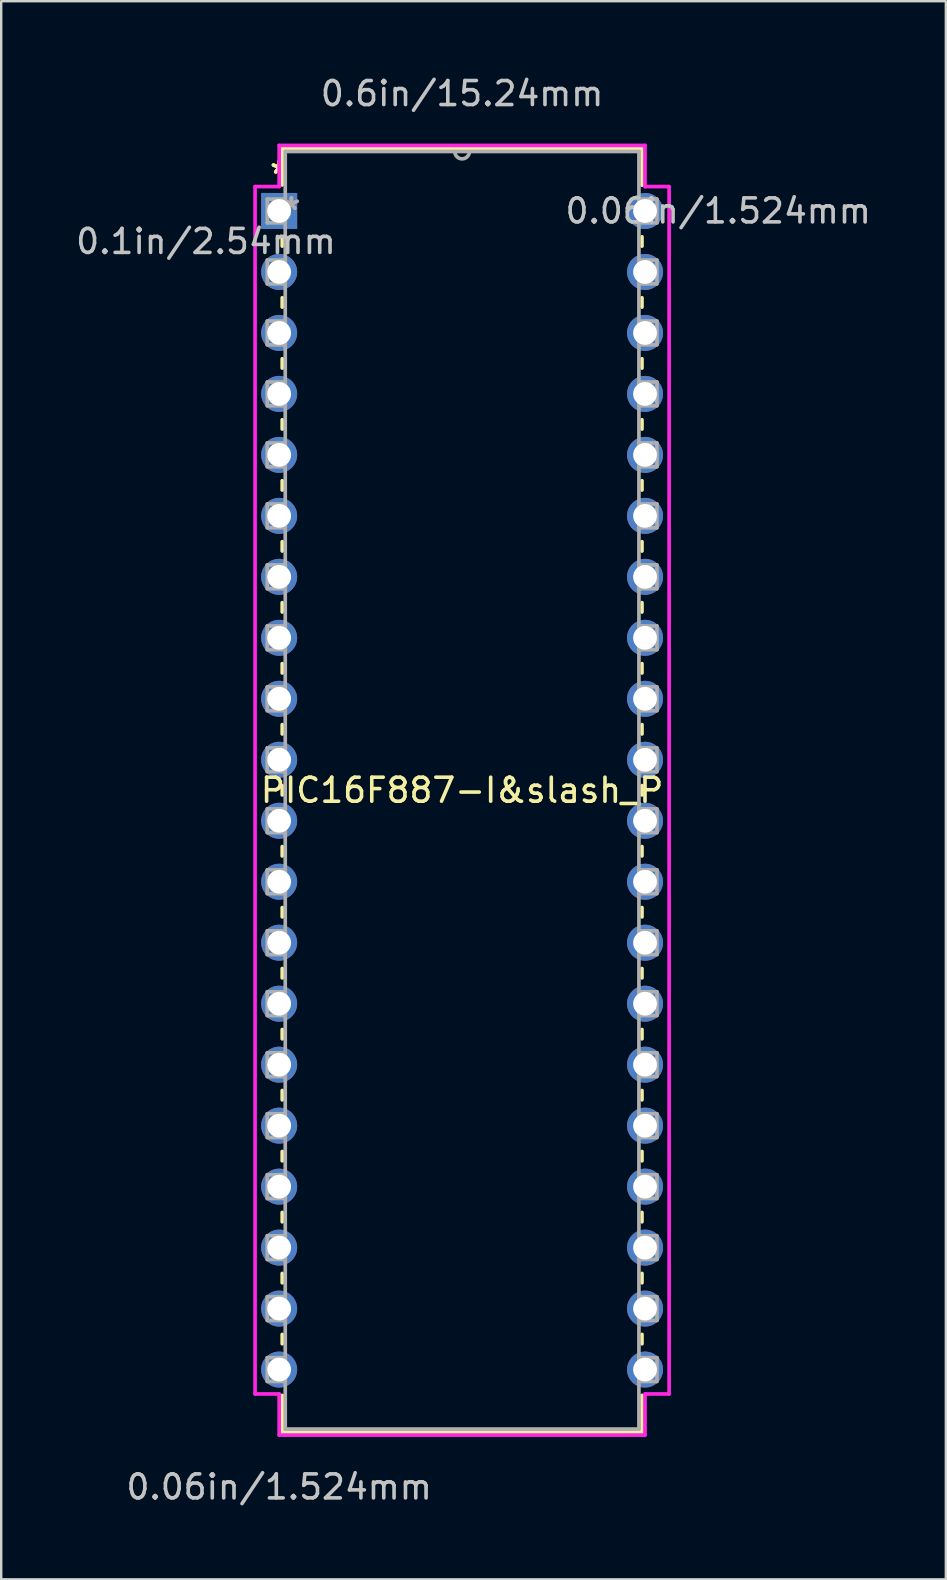
<source format=kicad_pcb>
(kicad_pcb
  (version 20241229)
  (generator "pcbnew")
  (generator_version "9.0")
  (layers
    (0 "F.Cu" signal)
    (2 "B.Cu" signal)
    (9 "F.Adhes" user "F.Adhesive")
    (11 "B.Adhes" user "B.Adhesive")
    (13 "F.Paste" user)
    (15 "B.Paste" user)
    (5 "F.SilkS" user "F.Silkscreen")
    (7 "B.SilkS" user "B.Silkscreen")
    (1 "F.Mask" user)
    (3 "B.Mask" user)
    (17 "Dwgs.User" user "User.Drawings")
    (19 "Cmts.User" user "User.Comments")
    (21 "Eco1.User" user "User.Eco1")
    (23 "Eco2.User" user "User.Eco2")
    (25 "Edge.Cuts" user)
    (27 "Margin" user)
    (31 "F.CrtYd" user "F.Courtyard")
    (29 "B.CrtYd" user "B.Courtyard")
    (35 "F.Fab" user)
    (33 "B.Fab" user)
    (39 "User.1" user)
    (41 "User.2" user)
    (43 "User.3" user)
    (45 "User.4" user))
  (footprint "PIC16F887-I&slash_P"
    (layer "F.Cu")
    (at 8.578 5.738)
    (property "Reference" "PIC16F887-I&slash_P" (at 7.62 24.13 0) (layer "F.SilkS") (effects (font (size 1 1) (thickness 0.15))))
    (attr through_hole)
    (fp_line (start 0.127 -2.603) (end 0.127 -1.082) (stroke (width 0.152) (type solid)) (layer "F.SilkS"))
    (fp_line (start 0.127 1.082) (end 0.127 1.465) (stroke (width 0.152) (type solid)) (layer "F.SilkS"))
    (fp_line (start 0.127 3.615) (end 0.127 4.005) (stroke (width 0.152) (type solid)) (layer "F.SilkS"))
    (fp_line (start 0.127 6.155) (end 0.127 6.545) (stroke (width 0.152) (type solid)) (layer "F.SilkS"))
    (fp_line (start 0.127 8.695) (end 0.127 9.085) (stroke (width 0.152) (type solid)) (layer "F.SilkS"))
    (fp_line (start 0.127 11.235) (end 0.127 11.625) (stroke (width 0.152) (type solid)) (layer "F.SilkS"))
    (fp_line (start 0.127 13.775) (end 0.127 14.165) (stroke (width 0.152) (type solid)) (layer "F.SilkS"))
    (fp_line (start 0.127 16.315) (end 0.127 16.705) (stroke (width 0.152) (type solid)) (layer "F.SilkS"))
    (fp_line (start 0.127 18.855) (end 0.127 19.245) (stroke (width 0.152) (type solid)) (layer "F.SilkS"))
    (fp_line (start 0.127 21.395) (end 0.127 21.785) (stroke (width 0.152) (type solid)) (layer "F.SilkS"))
    (fp_line (start 0.127 23.935) (end 0.127 24.325) (stroke (width 0.152) (type solid)) (layer "F.SilkS"))
    (fp_line (start 0.127 26.475) (end 0.127 26.865) (stroke (width 0.152) (type solid)) (layer "F.SilkS"))
    (fp_line (start 0.127 29.015) (end 0.127 29.405) (stroke (width 0.152) (type solid)) (layer "F.SilkS"))
    (fp_line (start 0.127 31.555) (end 0.127 31.945) (stroke (width 0.152) (type solid)) (layer "F.SilkS"))
    (fp_line (start 0.127 34.095) (end 0.127 34.485) (stroke (width 0.152) (type solid)) (layer "F.SilkS"))
    (fp_line (start 0.127 36.635) (end 0.127 37.025) (stroke (width 0.152) (type solid)) (layer "F.SilkS"))
    (fp_line (start 0.127 39.175) (end 0.127 39.565) (stroke (width 0.152) (type solid)) (layer "F.SilkS"))
    (fp_line (start 0.127 41.715) (end 0.127 42.105) (stroke (width 0.152) (type solid)) (layer "F.SilkS"))
    (fp_line (start 0.127 44.255) (end 0.127 44.645) (stroke (width 0.152) (type solid)) (layer "F.SilkS"))
    (fp_line (start 0.127 46.795) (end 0.127 47.185) (stroke (width 0.152) (type solid)) (layer "F.SilkS"))
    (fp_line (start 0.127 49.335) (end 0.127 50.864) (stroke (width 0.152) (type solid)) (layer "F.SilkS"))
    (fp_line (start 0.127 50.864) (end 15.113 50.864) (stroke (width 0.152) (type solid)) (layer "F.SilkS"))
    (fp_line (start 15.113 -2.603) (end 0.127 -2.603) (stroke (width 0.152) (type solid)) (layer "F.SilkS"))
    (fp_line (start 15.113 -1.075) (end 15.113 -2.603) (stroke (width 0.152) (type solid)) (layer "F.SilkS"))
    (fp_line (start 15.113 1.465) (end 15.113 1.075) (stroke (width 0.152) (type solid)) (layer "F.SilkS"))
    (fp_line (start 15.113 4.005) (end 15.113 3.615) (stroke (width 0.152) (type solid)) (layer "F.SilkS"))
    (fp_line (start 15.113 6.545) (end 15.113 6.155) (stroke (width 0.152) (type solid)) (layer "F.SilkS"))
    (fp_line (start 15.113 9.085) (end 15.113 8.695) (stroke (width 0.152) (type solid)) (layer "F.SilkS"))
    (fp_line (start 15.113 11.625) (end 15.113 11.235) (stroke (width 0.152) (type solid)) (layer "F.SilkS"))
    (fp_line (start 15.113 14.165) (end 15.113 13.775) (stroke (width 0.152) (type solid)) (layer "F.SilkS"))
    (fp_line (start 15.113 16.705) (end 15.113 16.315) (stroke (width 0.152) (type solid)) (layer "F.SilkS"))
    (fp_line (start 15.113 19.245) (end 15.113 18.855) (stroke (width 0.152) (type solid)) (layer "F.SilkS"))
    (fp_line (start 15.113 21.785) (end 15.113 21.395) (stroke (width 0.152) (type solid)) (layer "F.SilkS"))
    (fp_line (start 15.113 24.325) (end 15.113 23.935) (stroke (width 0.152) (type solid)) (layer "F.SilkS"))
    (fp_line (start 15.113 26.865) (end 15.113 26.475) (stroke (width 0.152) (type solid)) (layer "F.SilkS"))
    (fp_line (start 15.113 29.405) (end 15.113 29.015) (stroke (width 0.152) (type solid)) (layer "F.SilkS"))
    (fp_line (start 15.113 31.945) (end 15.113 31.555) (stroke (width 0.152) (type solid)) (layer "F.SilkS"))
    (fp_line (start 15.113 34.485) (end 15.113 34.095) (stroke (width 0.152) (type solid)) (layer "F.SilkS"))
    (fp_line (start 15.113 37.025) (end 15.113 36.635) (stroke (width 0.152) (type solid)) (layer "F.SilkS"))
    (fp_line (start 15.113 39.565) (end 15.113 39.175) (stroke (width 0.152) (type solid)) (layer "F.SilkS"))
    (fp_line (start 15.113 42.105) (end 15.113 41.715) (stroke (width 0.152) (type solid)) (layer "F.SilkS"))
    (fp_line (start 15.113 44.645) (end 15.113 44.255) (stroke (width 0.152) (type solid)) (layer "F.SilkS"))
    (fp_line (start 15.113 47.185) (end 15.113 46.795) (stroke (width 0.152) (type solid)) (layer "F.SilkS"))
    (fp_line (start 15.113 50.864) (end 15.113 49.335) (stroke (width 0.152) (type solid)) (layer "F.SilkS"))
    (fp_line (start -1.003 -1.016) (end -1.003 49.276) (stroke (width 0.152) (type solid)) (layer "F.CrtYd"))
    (fp_line (start -1.003 49.276) (end 0 49.276) (stroke (width 0.152) (type solid)) (layer "F.CrtYd"))
    (fp_line (start 0 -2.731) (end 0 -1.016) (stroke (width 0.152) (type solid)) (layer "F.CrtYd"))
    (fp_line (start 0 -1.016) (end -1.003 -1.016) (stroke (width 0.152) (type solid)) (layer "F.CrtYd"))
    (fp_line (start 0 49.276) (end 0 50.99) (stroke (width 0.152) (type solid)) (layer "F.CrtYd"))
    (fp_line (start 0 50.99) (end 15.24 50.99) (stroke (width 0.152) (type solid)) (layer "F.CrtYd"))
    (fp_line (start 15.24 -2.731) (end 0 -2.731) (stroke (width 0.152) (type solid)) (layer "F.CrtYd"))
    (fp_line (start 15.24 -1.016) (end 15.24 -2.731) (stroke (width 0.152) (type solid)) (layer "F.CrtYd"))
    (fp_line (start 15.24 49.276) (end 16.243 49.276) (stroke (width 0.152) (type solid)) (layer "F.CrtYd"))
    (fp_line (start 15.24 50.99) (end 15.24 49.276) (stroke (width 0.152) (type solid)) (layer "F.CrtYd"))
    (fp_line (start 16.243 -1.016) (end 15.24 -1.016) (stroke (width 0.152) (type solid)) (layer "F.CrtYd"))
    (fp_line (start 16.243 49.276) (end 16.243 -1.016) (stroke (width 0.152) (type solid)) (layer "F.CrtYd"))
    (fp_line (start -0.495 -0.495) (end -0.495 0.495) (stroke (width 0.152) (type solid)) (layer "F.Fab"))
    (fp_line (start -0.495 0.495) (end 0.254 0.495) (stroke (width 0.152) (type solid)) (layer "F.Fab"))
    (fp_line (start -0.495 2.045) (end -0.495 3.035) (stroke (width 0.152) (type solid)) (layer "F.Fab"))
    (fp_line (start -0.495 3.035) (end 0.254 3.035) (stroke (width 0.152) (type solid)) (layer "F.Fab"))
    (fp_line (start -0.495 4.585) (end -0.495 5.575) (stroke (width 0.152) (type solid)) (layer "F.Fab"))
    (fp_line (start -0.495 5.575) (end 0.254 5.575) (stroke (width 0.152) (type solid)) (layer "F.Fab"))
    (fp_line (start -0.495 7.125) (end -0.495 8.115) (stroke (width 0.152) (type solid)) (layer "F.Fab"))
    (fp_line (start -0.495 8.115) (end 0.254 8.115) (stroke (width 0.152) (type solid)) (layer "F.Fab"))
    (fp_line (start -0.495 9.665) (end -0.495 10.655) (stroke (width 0.152) (type solid)) (layer "F.Fab"))
    (fp_line (start -0.495 10.655) (end 0.254 10.655) (stroke (width 0.152) (type solid)) (layer "F.Fab"))
    (fp_line (start -0.495 12.205) (end -0.495 13.195) (stroke (width 0.152) (type solid)) (layer "F.Fab"))
    (fp_line (start -0.495 13.195) (end 0.254 13.195) (stroke (width 0.152) (type solid)) (layer "F.Fab"))
    (fp_line (start -0.495 14.745) (end -0.495 15.735) (stroke (width 0.152) (type solid)) (layer "F.Fab"))
    (fp_line (start -0.495 15.735) (end 0.254 15.735) (stroke (width 0.152) (type solid)) (layer "F.Fab"))
    (fp_line (start -0.495 17.285) (end -0.495 18.275) (stroke (width 0.152) (type solid)) (layer "F.Fab"))
    (fp_line (start -0.495 18.275) (end 0.254 18.275) (stroke (width 0.152) (type solid)) (layer "F.Fab"))
    (fp_line (start -0.495 19.825) (end -0.495 20.815) (stroke (width 0.152) (type solid)) (layer "F.Fab"))
    (fp_line (start -0.495 20.815) (end 0.254 20.815) (stroke (width 0.152) (type solid)) (layer "F.Fab"))
    (fp_line (start -0.495 22.365) (end -0.495 23.355) (stroke (width 0.152) (type solid)) (layer "F.Fab"))
    (fp_line (start -0.495 23.355) (end 0.254 23.355) (stroke (width 0.152) (type solid)) (layer "F.Fab"))
    (fp_line (start -0.495 24.905) (end -0.495 25.895) (stroke (width 0.152) (type solid)) (layer "F.Fab"))
    (fp_line (start -0.495 25.895) (end 0.254 25.895) (stroke (width 0.152) (type solid)) (layer "F.Fab"))
    (fp_line (start -0.495 27.445) (end -0.495 28.435) (stroke (width 0.152) (type solid)) (layer "F.Fab"))
    (fp_line (start -0.495 28.435) (end 0.254 28.435) (stroke (width 0.152) (type solid)) (layer "F.Fab"))
    (fp_line (start -0.495 29.985) (end -0.495 30.975) (stroke (width 0.152) (type solid)) (layer "F.Fab"))
    (fp_line (start -0.495 30.975) (end 0.254 30.975) (stroke (width 0.152) (type solid)) (layer "F.Fab"))
    (fp_line (start -0.495 32.525) (end -0.495 33.515) (stroke (width 0.152) (type solid)) (layer "F.Fab"))
    (fp_line (start -0.495 33.515) (end 0.254 33.515) (stroke (width 0.152) (type solid)) (layer "F.Fab"))
    (fp_line (start -0.495 35.065) (end -0.495 36.055) (stroke (width 0.152) (type solid)) (layer "F.Fab"))
    (fp_line (start -0.495 36.055) (end 0.254 36.055) (stroke (width 0.152) (type solid)) (layer "F.Fab"))
    (fp_line (start -0.495 37.605) (end -0.495 38.595) (stroke (width 0.152) (type solid)) (layer "F.Fab"))
    (fp_line (start -0.495 38.595) (end 0.254 38.595) (stroke (width 0.152) (type solid)) (layer "F.Fab"))
    (fp_line (start -0.495 40.145) (end -0.495 41.135) (stroke (width 0.152) (type solid)) (layer "F.Fab"))
    (fp_line (start -0.495 41.135) (end 0.254 41.135) (stroke (width 0.152) (type solid)) (layer "F.Fab"))
    (fp_line (start -0.495 42.685) (end -0.495 43.675) (stroke (width 0.152) (type solid)) (layer "F.Fab"))
    (fp_line (start -0.495 43.675) (end 0.254 43.675) (stroke (width 0.152) (type solid)) (layer "F.Fab"))
    (fp_line (start -0.495 45.225) (end -0.495 46.215) (stroke (width 0.152) (type solid)) (layer "F.Fab"))
    (fp_line (start -0.495 46.215) (end 0.254 46.215) (stroke (width 0.152) (type solid)) (layer "F.Fab"))
    (fp_line (start -0.495 47.765) (end -0.495 48.755) (stroke (width 0.152) (type solid)) (layer "F.Fab"))
    (fp_line (start -0.495 48.755) (end 0.254 48.755) (stroke (width 0.152) (type solid)) (layer "F.Fab"))
    (fp_line (start 0.254 -2.477) (end 0.254 50.736) (stroke (width 0.152) (type solid)) (layer "F.Fab"))
    (fp_line (start 0.254 -0.495) (end -0.495 -0.495) (stroke (width 0.152) (type solid)) (layer "F.Fab"))
    (fp_line (start 0.254 0.495) (end 0.254 -0.495) (stroke (width 0.152) (type solid)) (layer "F.Fab"))
    (fp_line (start 0.254 2.045) (end -0.495 2.045) (stroke (width 0.152) (type solid)) (layer "F.Fab"))
    (fp_line (start 0.254 3.035) (end 0.254 2.045) (stroke (width 0.152) (type solid)) (layer "F.Fab"))
    (fp_line (start 0.254 4.585) (end -0.495 4.585) (stroke (width 0.152) (type solid)) (layer "F.Fab"))
    (fp_line (start 0.254 5.575) (end 0.254 4.585) (stroke (width 0.152) (type solid)) (layer "F.Fab"))
    (fp_line (start 0.254 7.125) (end -0.495 7.125) (stroke (width 0.152) (type solid)) (layer "F.Fab"))
    (fp_line (start 0.254 8.115) (end 0.254 7.125) (stroke (width 0.152) (type solid)) (layer "F.Fab"))
    (fp_line (start 0.254 9.665) (end -0.495 9.665) (stroke (width 0.152) (type solid)) (layer "F.Fab"))
    (fp_line (start 0.254 10.655) (end 0.254 9.665) (stroke (width 0.152) (type solid)) (layer "F.Fab"))
    (fp_line (start 0.254 12.205) (end -0.495 12.205) (stroke (width 0.152) (type solid)) (layer "F.Fab"))
    (fp_line (start 0.254 13.195) (end 0.254 12.205) (stroke (width 0.152) (type solid)) (layer "F.Fab"))
    (fp_line (start 0.254 14.745) (end -0.495 14.745) (stroke (width 0.152) (type solid)) (layer "F.Fab"))
    (fp_line (start 0.254 15.735) (end 0.254 14.745) (stroke (width 0.152) (type solid)) (layer "F.Fab"))
    (fp_line (start 0.254 17.285) (end -0.495 17.285) (stroke (width 0.152) (type solid)) (layer "F.Fab"))
    (fp_line (start 0.254 18.275) (end 0.254 17.285) (stroke (width 0.152) (type solid)) (layer "F.Fab"))
    (fp_line (start 0.254 19.825) (end -0.495 19.825) (stroke (width 0.152) (type solid)) (layer "F.Fab"))
    (fp_line (start 0.254 20.815) (end 0.254 19.825) (stroke (width 0.152) (type solid)) (layer "F.Fab"))
    (fp_line (start 0.254 22.365) (end -0.495 22.365) (stroke (width 0.152) (type solid)) (layer "F.Fab"))
    (fp_line (start 0.254 23.355) (end 0.254 22.365) (stroke (width 0.152) (type solid)) (layer "F.Fab"))
    (fp_line (start 0.254 24.905) (end -0.495 24.905) (stroke (width 0.152) (type solid)) (layer "F.Fab"))
    (fp_line (start 0.254 25.895) (end 0.254 24.905) (stroke (width 0.152) (type solid)) (layer "F.Fab"))
    (fp_line (start 0.254 27.445) (end -0.495 27.445) (stroke (width 0.152) (type solid)) (layer "F.Fab"))
    (fp_line (start 0.254 28.435) (end 0.254 27.445) (stroke (width 0.152) (type solid)) (layer "F.Fab"))
    (fp_line (start 0.254 29.985) (end -0.495 29.985) (stroke (width 0.152) (type solid)) (layer "F.Fab"))
    (fp_line (start 0.254 30.975) (end 0.254 29.985) (stroke (width 0.152) (type solid)) (layer "F.Fab"))
    (fp_line (start 0.254 32.525) (end -0.495 32.525) (stroke (width 0.152) (type solid)) (layer "F.Fab"))
    (fp_line (start 0.254 33.515) (end 0.254 32.525) (stroke (width 0.152) (type solid)) (layer "F.Fab"))
    (fp_line (start 0.254 35.065) (end -0.495 35.065) (stroke (width 0.152) (type solid)) (layer "F.Fab"))
    (fp_line (start 0.254 36.055) (end 0.254 35.065) (stroke (width 0.152) (type solid)) (layer "F.Fab"))
    (fp_line (start 0.254 37.605) (end -0.495 37.605) (stroke (width 0.152) (type solid)) (layer "F.Fab"))
    (fp_line (start 0.254 38.595) (end 0.254 37.605) (stroke (width 0.152) (type solid)) (layer "F.Fab"))
    (fp_line (start 0.254 40.145) (end -0.495 40.145) (stroke (width 0.152) (type solid)) (layer "F.Fab"))
    (fp_line (start 0.254 41.135) (end 0.254 40.145) (stroke (width 0.152) (type solid)) (layer "F.Fab"))
    (fp_line (start 0.254 42.685) (end -0.495 42.685) (stroke (width 0.152) (type solid)) (layer "F.Fab"))
    (fp_line (start 0.254 43.675) (end 0.254 42.685) (stroke (width 0.152) (type solid)) (layer "F.Fab"))
    (fp_line (start 0.254 45.225) (end -0.495 45.225) (stroke (width 0.152) (type solid)) (layer "F.Fab"))
    (fp_line (start 0.254 46.215) (end 0.254 45.225) (stroke (width 0.152) (type solid)) (layer "F.Fab"))
    (fp_line (start 0.254 47.765) (end -0.495 47.765) (stroke (width 0.152) (type solid)) (layer "F.Fab"))
    (fp_line (start 0.254 48.755) (end 0.254 47.765) (stroke (width 0.152) (type solid)) (layer "F.Fab"))
    (fp_line (start 0.254 50.736) (end 14.986 50.736) (stroke (width 0.152) (type solid)) (layer "F.Fab"))
    (fp_line (start 14.986 -2.477) (end 0.254 -2.477) (stroke (width 0.152) (type solid)) (layer "F.Fab"))
    (fp_line (start 14.986 -0.495) (end 14.986 0.495) (stroke (width 0.152) (type solid)) (layer "F.Fab"))
    (fp_line (start 14.986 0.495) (end 15.735 0.495) (stroke (width 0.152) (type solid)) (layer "F.Fab"))
    (fp_line (start 14.986 2.045) (end 14.986 3.035) (stroke (width 0.152) (type solid)) (layer "F.Fab"))
    (fp_line (start 14.986 3.035) (end 15.735 3.035) (stroke (width 0.152) (type solid)) (layer "F.Fab"))
    (fp_line (start 14.986 4.585) (end 14.986 5.575) (stroke (width 0.152) (type solid)) (layer "F.Fab"))
    (fp_line (start 14.986 5.575) (end 15.735 5.575) (stroke (width 0.152) (type solid)) (layer "F.Fab"))
    (fp_line (start 14.986 7.125) (end 14.986 8.115) (stroke (width 0.152) (type solid)) (layer "F.Fab"))
    (fp_line (start 14.986 8.115) (end 15.735 8.115) (stroke (width 0.152) (type solid)) (layer "F.Fab"))
    (fp_line (start 14.986 9.665) (end 14.986 10.655) (stroke (width 0.152) (type solid)) (layer "F.Fab"))
    (fp_line (start 14.986 10.655) (end 15.735 10.655) (stroke (width 0.152) (type solid)) (layer "F.Fab"))
    (fp_line (start 14.986 12.205) (end 14.986 13.195) (stroke (width 0.152) (type solid)) (layer "F.Fab"))
    (fp_line (start 14.986 13.195) (end 15.735 13.195) (stroke (width 0.152) (type solid)) (layer "F.Fab"))
    (fp_line (start 14.986 14.745) (end 14.986 15.735) (stroke (width 0.152) (type solid)) (layer "F.Fab"))
    (fp_line (start 14.986 15.735) (end 15.735 15.735) (stroke (width 0.152) (type solid)) (layer "F.Fab"))
    (fp_line (start 14.986 17.285) (end 14.986 18.275) (stroke (width 0.152) (type solid)) (layer "F.Fab"))
    (fp_line (start 14.986 18.275) (end 15.735 18.275) (stroke (width 0.152) (type solid)) (layer "F.Fab"))
    (fp_line (start 14.986 19.825) (end 14.986 20.815) (stroke (width 0.152) (type solid)) (layer "F.Fab"))
    (fp_line (start 14.986 20.815) (end 15.735 20.815) (stroke (width 0.152) (type solid)) (layer "F.Fab"))
    (fp_line (start 14.986 22.365) (end 14.986 23.355) (stroke (width 0.152) (type solid)) (layer "F.Fab"))
    (fp_line (start 14.986 23.355) (end 15.735 23.355) (stroke (width 0.152) (type solid)) (layer "F.Fab"))
    (fp_line (start 14.986 24.905) (end 14.986 25.895) (stroke (width 0.152) (type solid)) (layer "F.Fab"))
    (fp_line (start 14.986 25.895) (end 15.735 25.895) (stroke (width 0.152) (type solid)) (layer "F.Fab"))
    (fp_line (start 14.986 27.445) (end 14.986 28.435) (stroke (width 0.152) (type solid)) (layer "F.Fab"))
    (fp_line (start 14.986 28.435) (end 15.735 28.435) (stroke (width 0.152) (type solid)) (layer "F.Fab"))
    (fp_line (start 14.986 29.985) (end 14.986 30.975) (stroke (width 0.152) (type solid)) (layer "F.Fab"))
    (fp_line (start 14.986 30.975) (end 15.735 30.975) (stroke (width 0.152) (type solid)) (layer "F.Fab"))
    (fp_line (start 14.986 32.525) (end 14.986 33.515) (stroke (width 0.152) (type solid)) (layer "F.Fab"))
    (fp_line (start 14.986 33.515) (end 15.735 33.515) (stroke (width 0.152) (type solid)) (layer "F.Fab"))
    (fp_line (start 14.986 35.065) (end 14.986 36.055) (stroke (width 0.152) (type solid)) (layer "F.Fab"))
    (fp_line (start 14.986 36.055) (end 15.735 36.055) (stroke (width 0.152) (type solid)) (layer "F.Fab"))
    (fp_line (start 14.986 37.605) (end 14.986 38.595) (stroke (width 0.152) (type solid)) (layer "F.Fab"))
    (fp_line (start 14.986 38.595) (end 15.735 38.595) (stroke (width 0.152) (type solid)) (layer "F.Fab"))
    (fp_line (start 14.986 40.145) (end 14.986 41.135) (stroke (width 0.152) (type solid)) (layer "F.Fab"))
    (fp_line (start 14.986 41.135) (end 15.735 41.135) (stroke (width 0.152) (type solid)) (layer "F.Fab"))
    (fp_line (start 14.986 42.685) (end 14.986 43.675) (stroke (width 0.152) (type solid)) (layer "F.Fab"))
    (fp_line (start 14.986 43.675) (end 15.735 43.675) (stroke (width 0.152) (type solid)) (layer "F.Fab"))
    (fp_line (start 14.986 45.225) (end 14.986 46.215) (stroke (width 0.152) (type solid)) (layer "F.Fab"))
    (fp_line (start 14.986 46.215) (end 15.735 46.215) (stroke (width 0.152) (type solid)) (layer "F.Fab"))
    (fp_line (start 14.986 47.765) (end 14.986 48.755) (stroke (width 0.152) (type solid)) (layer "F.Fab"))
    (fp_line (start 14.986 48.755) (end 15.735 48.755) (stroke (width 0.152) (type solid)) (layer "F.Fab"))
    (fp_line (start 14.986 50.736) (end 14.986 -2.477) (stroke (width 0.152) (type solid)) (layer "F.Fab"))
    (fp_line (start 15.735 -0.495) (end 14.986 -0.495) (stroke (width 0.152) (type solid)) (layer "F.Fab"))
    (fp_line (start 15.735 0.495) (end 15.735 -0.495) (stroke (width 0.152) (type solid)) (layer "F.Fab"))
    (fp_line (start 15.735 2.045) (end 14.986 2.045) (stroke (width 0.152) (type solid)) (layer "F.Fab"))
    (fp_line (start 15.735 3.035) (end 15.735 2.045) (stroke (width 0.152) (type solid)) (layer "F.Fab"))
    (fp_line (start 15.735 4.585) (end 14.986 4.585) (stroke (width 0.152) (type solid)) (layer "F.Fab"))
    (fp_line (start 15.735 5.575) (end 15.735 4.585) (stroke (width 0.152) (type solid)) (layer "F.Fab"))
    (fp_line (start 15.735 7.125) (end 14.986 7.125) (stroke (width 0.152) (type solid)) (layer "F.Fab"))
    (fp_line (start 15.735 8.115) (end 15.735 7.125) (stroke (width 0.152) (type solid)) (layer "F.Fab"))
    (fp_line (start 15.735 9.665) (end 14.986 9.665) (stroke (width 0.152) (type solid)) (layer "F.Fab"))
    (fp_line (start 15.735 10.655) (end 15.735 9.665) (stroke (width 0.152) (type solid)) (layer "F.Fab"))
    (fp_line (start 15.735 12.205) (end 14.986 12.205) (stroke (width 0.152) (type solid)) (layer "F.Fab"))
    (fp_line (start 15.735 13.195) (end 15.735 12.205) (stroke (width 0.152) (type solid)) (layer "F.Fab"))
    (fp_line (start 15.735 14.745) (end 14.986 14.745) (stroke (width 0.152) (type solid)) (layer "F.Fab"))
    (fp_line (start 15.735 15.735) (end 15.735 14.745) (stroke (width 0.152) (type solid)) (layer "F.Fab"))
    (fp_line (start 15.735 17.285) (end 14.986 17.285) (stroke (width 0.152) (type solid)) (layer "F.Fab"))
    (fp_line (start 15.735 18.275) (end 15.735 17.285) (stroke (width 0.152) (type solid)) (layer "F.Fab"))
    (fp_line (start 15.735 19.825) (end 14.986 19.825) (stroke (width 0.152) (type solid)) (layer "F.Fab"))
    (fp_line (start 15.735 20.815) (end 15.735 19.825) (stroke (width 0.152) (type solid)) (layer "F.Fab"))
    (fp_line (start 15.735 22.365) (end 14.986 22.365) (stroke (width 0.152) (type solid)) (layer "F.Fab"))
    (fp_line (start 15.735 23.355) (end 15.735 22.365) (stroke (width 0.152) (type solid)) (layer "F.Fab"))
    (fp_line (start 15.735 24.905) (end 14.986 24.905) (stroke (width 0.152) (type solid)) (layer "F.Fab"))
    (fp_line (start 15.735 25.895) (end 15.735 24.905) (stroke (width 0.152) (type solid)) (layer "F.Fab"))
    (fp_line (start 15.735 27.445) (end 14.986 27.445) (stroke (width 0.152) (type solid)) (layer "F.Fab"))
    (fp_line (start 15.735 28.435) (end 15.735 27.445) (stroke (width 0.152) (type solid)) (layer "F.Fab"))
    (fp_line (start 15.735 29.985) (end 14.986 29.985) (stroke (width 0.152) (type solid)) (layer "F.Fab"))
    (fp_line (start 15.735 30.975) (end 15.735 29.985) (stroke (width 0.152) (type solid)) (layer "F.Fab"))
    (fp_line (start 15.735 32.525) (end 14.986 32.525) (stroke (width 0.152) (type solid)) (layer "F.Fab"))
    (fp_line (start 15.735 33.515) (end 15.735 32.525) (stroke (width 0.152) (type solid)) (layer "F.Fab"))
    (fp_line (start 15.735 35.065) (end 14.986 35.065) (stroke (width 0.152) (type solid)) (layer "F.Fab"))
    (fp_line (start 15.735 36.055) (end 15.735 35.065) (stroke (width 0.152) (type solid)) (layer "F.Fab"))
    (fp_line (start 15.735 37.605) (end 14.986 37.605) (stroke (width 0.152) (type solid)) (layer "F.Fab"))
    (fp_line (start 15.735 38.595) (end 15.735 37.605) (stroke (width 0.152) (type solid)) (layer "F.Fab"))
    (fp_line (start 15.735 40.145) (end 14.986 40.145) (stroke (width 0.152) (type solid)) (layer "F.Fab"))
    (fp_line (start 15.735 41.135) (end 15.735 40.145) (stroke (width 0.152) (type solid)) (layer "F.Fab"))
    (fp_line (start 15.735 42.685) (end 14.986 42.685) (stroke (width 0.152) (type solid)) (layer "F.Fab"))
    (fp_line (start 15.735 43.675) (end 15.735 42.685) (stroke (width 0.152) (type solid)) (layer "F.Fab"))
    (fp_line (start 15.735 45.225) (end 14.986 45.225) (stroke (width 0.152) (type solid)) (layer "F.Fab"))
    (fp_line (start 15.735 46.215) (end 15.735 45.225) (stroke (width 0.152) (type solid)) (layer "F.Fab"))
    (fp_line (start 15.735 47.765) (end 14.986 47.765) (stroke (width 0.152) (type solid)) (layer "F.Fab"))
    (fp_line (start 15.735 48.755) (end 15.735 47.765) (stroke (width 0.152) (type solid)) (layer "F.Fab"))
    (fp_arc (start 7.9248 -2.4765) (mid 7.62 -2.1717) (end 7.3152 -2.4765) (stroke (width 0.1524) (type solid)) (layer "F.Fab"))
    (fp_text user "*" (at 0 -1.511 0) (layer "F.SilkS") (effects (font (size 1 1) (thickness 0.15))))
    (fp_text user "*" (at 0 -1.511 0) (layer "F.SilkS") (effects (font (size 1 1) (thickness 0.15))))
    (fp_text user "0.6in/15.24mm" (at 7.62 -4.889 0) (layer "Dwgs.User") (effects (font (size 1 1) (thickness 0.15))))
    (fp_text user "0.1in/2.54mm" (at -3.048 1.27 0) (layer "Dwgs.User") (effects (font (size 1 1) (thickness 0.15))))
    (fp_text user "0.06in/1.524mm" (at 0 53.15 0) (layer "Dwgs.User") (effects (font (size 1 1) (thickness 0.15))))
    (fp_text user "0.06in/1.524mm" (at 18.288 0 0) (layer "Dwgs.User") (effects (font (size 1 1) (thickness 0.15))))
    (fp_text user "Copyright 2016 Accelerated Designs. All rights reserved." (at 0 0 0) (layer "Cmts.User") (effects (font (size 0.127 0.127) (thickness 0.002))))
    (fp_text user "*" (at 0.508 0 0) (layer "F.Fab") (effects (font (size 1 1) (thickness 0.15))))
    (fp_text user "*" (at 0.508 0 0) (layer "F.Fab") (effects (font (size 1 1) (thickness 0.15))))
    (pad "1" thru_hole rect (at 0 0) (size 1.499 1.499) (drill 0.991) (layers "*.Cu" "*.Mask"))
    (pad "2" thru_hole circle (at 0 2.54) (size 1.499 1.499) (drill 0.991) (layers "*.Cu" "*.Mask"))
    (pad "3" thru_hole circle (at 0 5.08) (size 1.499 1.499) (drill 0.991) (layers "*.Cu" "*.Mask"))
    (pad "4" thru_hole circle (at 0 7.62) (size 1.499 1.499) (drill 0.991) (layers "*.Cu" "*.Mask"))
    (pad "5" thru_hole circle (at 0 10.16) (size 1.499 1.499) (drill 0.991) (layers "*.Cu" "*.Mask"))
    (pad "6" thru_hole circle (at 0 12.7) (size 1.499 1.499) (drill 0.991) (layers "*.Cu" "*.Mask"))
    (pad "7" thru_hole circle (at 0 15.24) (size 1.499 1.499) (drill 0.991) (layers "*.Cu" "*.Mask"))
    (pad "8" thru_hole circle (at 0 17.78) (size 1.499 1.499) (drill 0.991) (layers "*.Cu" "*.Mask"))
    (pad "9" thru_hole circle (at 0 20.32) (size 1.499 1.499) (drill 0.991) (layers "*.Cu" "*.Mask"))
    (pad "10" thru_hole circle (at 0 22.86) (size 1.499 1.499) (drill 0.991) (layers "*.Cu" "*.Mask"))
    (pad "11" thru_hole circle (at 0 25.4) (size 1.499 1.499) (drill 0.991) (layers "*.Cu" "*.Mask"))
    (pad "12" thru_hole circle (at 0 27.94) (size 1.499 1.499) (drill 0.991) (layers "*.Cu" "*.Mask"))
    (pad "13" thru_hole circle (at 0 30.48) (size 1.499 1.499) (drill 0.991) (layers "*.Cu" "*.Mask"))
    (pad "14" thru_hole circle (at 0 33.02) (size 1.499 1.499) (drill 0.991) (layers "*.Cu" "*.Mask"))
    (pad "15" thru_hole circle (at 0 35.56) (size 1.499 1.499) (drill 0.991) (layers "*.Cu" "*.Mask"))
    (pad "16" thru_hole circle (at 0 38.1) (size 1.499 1.499) (drill 0.991) (layers "*.Cu" "*.Mask"))
    (pad "17" thru_hole circle (at 0 40.64) (size 1.499 1.499) (drill 0.991) (layers "*.Cu" "*.Mask"))
    (pad "18" thru_hole circle (at 0 43.18) (size 1.499 1.499) (drill 0.991) (layers "*.Cu" "*.Mask"))
    (pad "19" thru_hole circle (at 0 45.72) (size 1.499 1.499) (drill 0.991) (layers "*.Cu" "*.Mask"))
    (pad "20" thru_hole circle (at 0 48.26) (size 1.499 1.499) (drill 0.991) (layers "*.Cu" "*.Mask"))
    (pad "21" thru_hole circle (at 15.24 48.26) (size 1.499 1.499) (drill 0.991) (layers "*.Cu" "*.Mask"))
    (pad "22" thru_hole circle (at 15.24 45.72) (size 1.499 1.499) (drill 0.991) (layers "*.Cu" "*.Mask"))
    (pad "23" thru_hole circle (at 15.24 43.18) (size 1.499 1.499) (drill 0.991) (layers "*.Cu" "*.Mask"))
    (pad "24" thru_hole circle (at 15.24 40.64) (size 1.499 1.499) (drill 0.991) (layers "*.Cu" "*.Mask"))
    (pad "25" thru_hole circle (at 15.24 38.1) (size 1.499 1.499) (drill 0.991) (layers "*.Cu" "*.Mask"))
    (pad "26" thru_hole circle (at 15.24 35.56) (size 1.499 1.499) (drill 0.991) (layers "*.Cu" "*.Mask"))
    (pad "27" thru_hole circle (at 15.24 33.02) (size 1.499 1.499) (drill 0.991) (layers "*.Cu" "*.Mask"))
    (pad "28" thru_hole circle (at 15.24 30.48) (size 1.499 1.499) (drill 0.991) (layers "*.Cu" "*.Mask"))
    (pad "29" thru_hole circle (at 15.24 27.94) (size 1.499 1.499) (drill 0.991) (layers "*.Cu" "*.Mask"))
    (pad "30" thru_hole circle (at 15.24 25.4) (size 1.499 1.499) (drill 0.991) (layers "*.Cu" "*.Mask"))
    (pad "31" thru_hole circle (at 15.24 22.86) (size 1.499 1.499) (drill 0.991) (layers "*.Cu" "*.Mask"))
    (pad "32" thru_hole circle (at 15.24 20.32) (size 1.499 1.499) (drill 0.991) (layers "*.Cu" "*.Mask"))
    (pad "33" thru_hole circle (at 15.24 17.78) (size 1.499 1.499) (drill 0.991) (layers "*.Cu" "*.Mask"))
    (pad "34" thru_hole circle (at 15.24 15.24) (size 1.499 1.499) (drill 0.991) (layers "*.Cu" "*.Mask"))
    (pad "35" thru_hole circle (at 15.24 12.7) (size 1.499 1.499) (drill 0.991) (layers "*.Cu" "*.Mask"))
    (pad "36" thru_hole circle (at 15.24 10.16) (size 1.499 1.499) (drill 0.991) (layers "*.Cu" "*.Mask"))
    (pad "37" thru_hole circle (at 15.24 7.62) (size 1.499 1.499) (drill 0.991) (layers "*.Cu" "*.Mask"))
    (pad "38" thru_hole circle (at 15.24 5.08) (size 1.499 1.499) (drill 0.991) (layers "*.Cu" "*.Mask"))
    (pad "39" thru_hole circle (at 15.24 2.54) (size 1.499 1.499) (drill 0.991) (layers "*.Cu" "*.Mask"))
    (pad "40" thru_hole circle (at 15.24 0) (size 1.499 1.499) (drill 0.991) (layers "*.Cu" "*.Mask")))
  (gr_rect
    (start -3 -3)
    (end 36.348 62.736)
    (stroke (width 0.1) (type default))
    (fill no)
    (layer "Edge.Cuts")))
</source>
